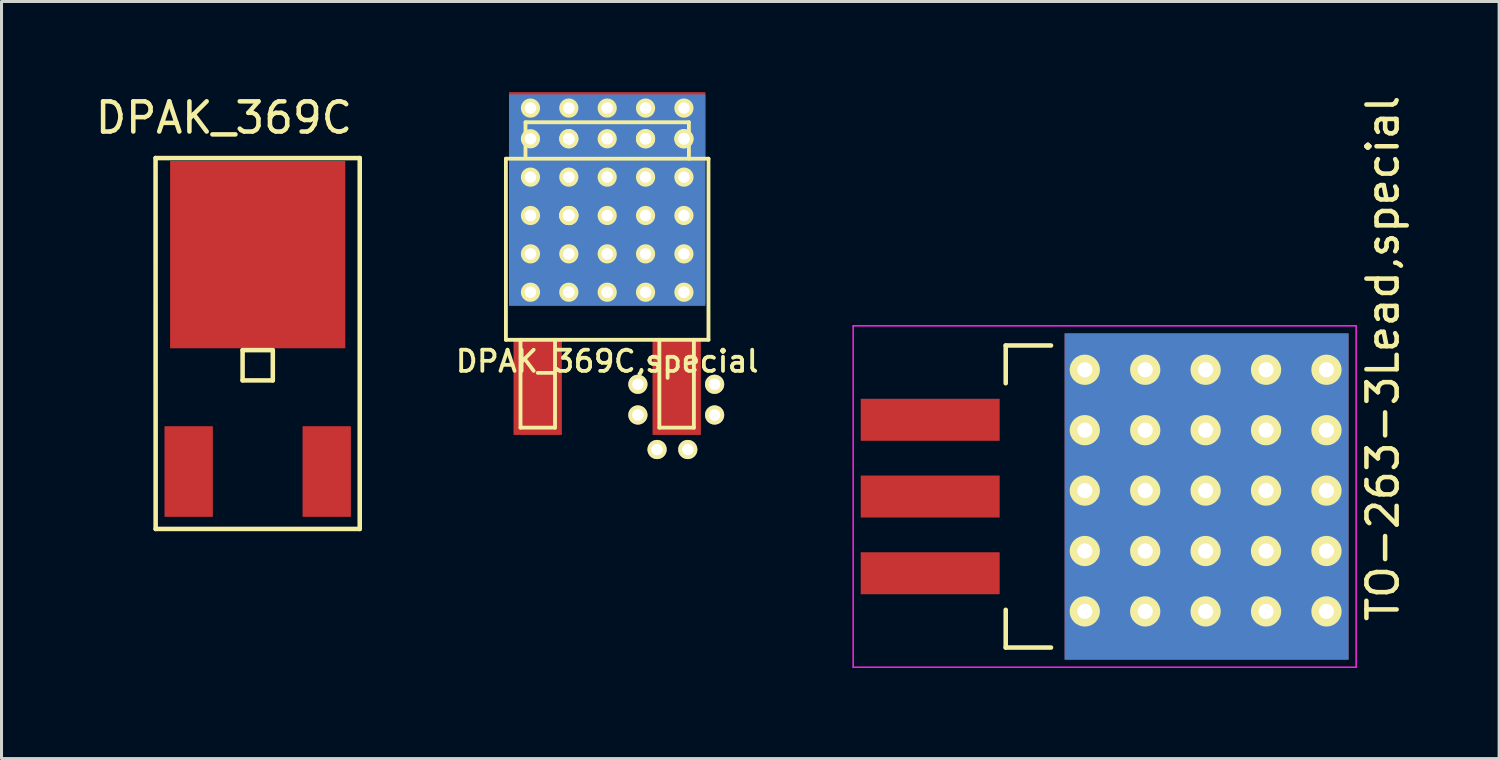
<source format=kicad_pcb>
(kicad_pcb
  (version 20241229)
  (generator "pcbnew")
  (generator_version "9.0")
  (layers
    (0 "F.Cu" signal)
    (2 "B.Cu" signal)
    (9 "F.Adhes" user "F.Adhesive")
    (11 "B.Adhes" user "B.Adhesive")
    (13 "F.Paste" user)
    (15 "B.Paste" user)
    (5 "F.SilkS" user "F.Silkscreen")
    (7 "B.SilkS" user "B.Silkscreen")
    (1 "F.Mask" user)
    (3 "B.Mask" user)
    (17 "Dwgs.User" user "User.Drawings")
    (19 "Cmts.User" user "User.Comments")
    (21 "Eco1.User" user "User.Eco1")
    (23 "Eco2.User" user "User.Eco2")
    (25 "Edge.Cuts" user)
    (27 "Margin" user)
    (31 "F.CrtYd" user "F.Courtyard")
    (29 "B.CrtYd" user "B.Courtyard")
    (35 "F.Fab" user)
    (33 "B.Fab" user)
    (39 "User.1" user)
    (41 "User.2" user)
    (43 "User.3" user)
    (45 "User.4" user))
  (footprint "DPAK_369C"
    (layer "F.Cu")
    (at 5.481 5.38)
    (property "Reference" "DPAK_369C" (at -1.118 -4.531 0) (layer "F.SilkS") (effects (font (size 1 1) (thickness 0.15))))
    (attr through_hole)
    (fp_line (start -3.381 -3.198) (end -3.378 9.081) (stroke (width 0.15) (type solid)) (layer "F.SilkS"))
    (fp_line (start -3.378 9.081) (end 3.378 9.081) (stroke (width 0.15) (type solid)) (layer "F.SilkS"))
    (fp_line (start -0.5 4.163) (end 0.5 4.163) (stroke (width 0.15) (type solid)) (layer "F.SilkS"))
    (fp_line (start -0.5 3.162) (end -0.5 4.162) (stroke (width 0.15) (type solid)) (layer "F.SilkS"))
    (fp_line (start 0.5 3.162) (end -0.5 3.162) (stroke (width 0.15) (type solid)) (layer "F.SilkS"))
    (fp_line (start 0.5 3.162) (end 0.5 4.162) (stroke (width 0.15) (type solid)) (layer "F.SilkS"))
    (fp_line (start 3.378 -3.198) (end -3.378 -3.198) (stroke (width 0.15) (type solid)) (layer "F.SilkS"))
    (fp_line (start 3.378 9.081) (end 3.378 -3.198) (stroke (width 0.15) (type solid)) (layer "F.SilkS"))
    (pad "1" smd rect (at -2.285 7.18) (size 1.6 3) (layers "F.Cu" "F.Mask" "F.Paste"))
    (pad "2" smd rect (at 0 0) (size 5.8 6.2) (layers "F.Cu" "F.Mask" "F.Paste"))
    (pad "3" smd rect (at 2.285 7.18) (size 1.6 3) (layers "F.Cu" "F.Mask" "F.Paste")))
  (footprint "DPAK_369C,special"
    (layer "F.Cu")
    (at 17.051 6.624)
    (property "Reference" "DPAK_369C,special" (at 0 2.286 0) (layer "F.SilkS") (effects (font (size 0.7 0.7) (thickness 0.125))))
    (attr smd)
    (fp_line (start -3.353 -4.42) (end -3.353 1.575) (stroke (width 0.127) (type solid)) (layer "F.SilkS"))
    (fp_line (start -2.87 1.575) (end -2.87 4.483) (stroke (width 0.127) (type solid)) (layer "F.SilkS"))
    (fp_line (start -2.87 4.483) (end -1.727 4.483) (stroke (width 0.127) (type solid)) (layer "F.SilkS"))
    (fp_line (start -2.705 -5.626) (end 2.705 -5.626) (stroke (width 0.127) (type solid)) (layer "F.SilkS"))
    (fp_line (start -2.705 -4.432) (end -2.705 -5.626) (stroke (width 0.127) (type solid)) (layer "F.SilkS"))
    (fp_line (start -1.727 4.483) (end -1.727 1.575) (stroke (width 0.127) (type solid)) (layer "F.SilkS"))
    (fp_line (start 1.727 1.575) (end 1.727 4.483) (stroke (width 0.127) (type solid)) (layer "F.SilkS"))
    (fp_line (start 1.727 4.483) (end 2.87 4.483) (stroke (width 0.127) (type solid)) (layer "F.SilkS"))
    (fp_line (start 2.705 -5.626) (end 2.705 -4.42) (stroke (width 0.127) (type solid)) (layer "F.SilkS"))
    (fp_line (start 2.87 4.483) (end 2.87 1.575) (stroke (width 0.127) (type solid)) (layer "F.SilkS"))
    (fp_line (start 3.353 -4.42) (end -3.353 -4.42) (stroke (width 0.127) (type solid)) (layer "F.SilkS"))
    (fp_line (start 3.353 1.575) (end -3.353 1.575) (stroke (width 0.127) (type solid)) (layer "F.SilkS"))
    (fp_line (start 3.353 1.575) (end 3.353 -4.42) (stroke (width 0.127) (type solid)) (layer "F.SilkS"))
    (pad "1" smd rect (at -2.301 3.124) (size 1.6 3.2) (layers "F.Cu" "F.Mask" "F.Paste"))
    (pad "2" thru_hole circle (at -2.54 -6.096) (size 0.635 0.635) (drill 0.381) (layers "*.Cu" "F.Mask" "F.SilkS"))
    (pad "2" thru_hole circle (at -2.54 -5.08) (size 0.635 0.635) (drill 0.381) (layers "*.Cu" "F.Mask" "F.SilkS"))
    (pad "2" thru_hole circle (at -2.54 -3.81) (size 0.635 0.635) (drill 0.381) (layers "*.Cu" "F.Mask" "F.SilkS"))
    (pad "2" thru_hole circle (at -2.54 -2.54) (size 0.635 0.635) (drill 0.381) (layers "*.Cu" "F.Mask" "F.SilkS"))
    (pad "2" thru_hole circle (at -2.54 -1.27) (size 0.635 0.635) (drill 0.381) (layers "*.Cu" "F.Mask" "F.SilkS"))
    (pad "2" thru_hole circle (at -2.54 0) (size 0.635 0.635) (drill 0.381) (layers "*.Cu" "F.Mask" "F.SilkS"))
    (pad "2" thru_hole circle (at -1.27 -6.096) (size 0.635 0.635) (drill 0.381) (layers "*.Cu" "F.Mask" "F.SilkS"))
    (pad "2" thru_hole circle (at -1.27 -5.08) (size 0.635 0.635) (drill 0.381) (layers "*.Cu" "F.Mask" "F.SilkS"))
    (pad "2" thru_hole circle (at -1.27 -5.08) (size 0.635 0.635) (drill 0.381) (layers "*.Cu" "F.Mask" "F.SilkS"))
    (pad "2" thru_hole circle (at -1.27 -3.81) (size 0.635 0.635) (drill 0.381) (layers "*.Cu" "F.Mask" "F.SilkS"))
    (pad "2" thru_hole circle (at -1.27 -2.54) (size 0.635 0.635) (drill 0.381) (layers "*.Cu" "F.Mask" "F.SilkS"))
    (pad "2" thru_hole circle (at -1.27 -2.54) (size 0.635 0.635) (drill 0.381) (layers "*.Cu" "F.Mask" "F.SilkS"))
    (pad "2" thru_hole circle (at -1.27 -2.54) (size 0.635 0.635) (drill 0.381) (layers "*.Cu" "F.Mask" "F.SilkS"))
    (pad "2" thru_hole circle (at -1.27 -1.27) (size 0.635 0.635) (drill 0.381) (layers "*.Cu" "F.Mask" "F.SilkS"))
    (pad "2" thru_hole circle (at -1.27 0) (size 0.635 0.635) (drill 0.381) (layers "*.Cu" "F.Mask" "F.SilkS"))
    (pad "2" thru_hole circle (at 0 -6.096) (size 0.635 0.635) (drill 0.381) (layers "*.Cu" "F.Mask" "F.SilkS"))
    (pad "2" thru_hole circle (at 0 -5.08) (size 0.635 0.635) (drill 0.381) (layers "*.Cu" "F.Mask" "F.SilkS"))
    (pad "2" thru_hole circle (at 0 -3.81) (size 0.635 0.635) (drill 0.381) (layers "*.Cu" "F.Mask" "F.SilkS"))
    (pad "2" smd rect (at 0 -3.124) (size 6.5 7) (layers "F.Cu" "F.Mask" "F.Paste"))
    (pad "2" smd rect (at 0 -3.048) (size 6.5 7) (layers "F.Mask" "B.Cu" "F.Paste"))
    (pad "2" thru_hole circle (at 0 -2.54) (size 0.635 0.635) (drill 0.381) (layers "*.Cu" "F.Mask" "F.SilkS"))
    (pad "2" thru_hole circle (at 0 -1.27) (size 0.635 0.635) (drill 0.381) (layers "*.Cu" "F.Mask" "F.SilkS"))
    (pad "2" thru_hole circle (at 0 0) (size 0.635 0.635) (drill 0.381) (layers "*.Cu" "F.Mask" "F.SilkS"))
    (pad "2" thru_hole circle (at 1.27 -6.096) (size 0.635 0.635) (drill 0.381) (layers "*.Cu" "F.Mask" "F.SilkS"))
    (pad "2" thru_hole circle (at 1.27 -5.08) (size 0.635 0.635) (drill 0.381) (layers "*.Cu" "F.Mask" "F.SilkS"))
    (pad "2" thru_hole circle (at 1.27 -5.08) (size 0.635 0.635) (drill 0.381) (layers "*.Cu" "F.Mask" "F.SilkS"))
    (pad "2" thru_hole circle (at 1.27 -3.81) (size 0.635 0.635) (drill 0.381) (layers "*.Cu" "F.Mask" "F.SilkS"))
    (pad "2" thru_hole circle (at 1.27 -2.54) (size 0.635 0.635) (drill 0.381) (layers "*.Cu" "F.Mask" "F.SilkS"))
    (pad "2" thru_hole circle (at 1.27 -1.27) (size 0.635 0.635) (drill 0.381) (layers "*.Cu" "F.Mask" "F.SilkS"))
    (pad "2" thru_hole circle (at 1.27 0) (size 0.635 0.635) (drill 0.381) (layers "*.Cu" "F.Mask" "F.SilkS"))
    (pad "2" thru_hole circle (at 2.54 -6.096) (size 0.635 0.635) (drill 0.381) (layers "*.Cu" "F.Mask" "F.SilkS"))
    (pad "2" thru_hole circle (at 2.54 -5.08) (size 0.635 0.635) (drill 0.381) (layers "*.Cu" "F.Mask" "F.SilkS"))
    (pad "2" thru_hole circle (at 2.54 -5.08) (size 0.635 0.635) (drill 0.381) (layers "*.Cu" "F.Mask" "F.SilkS"))
    (pad "2" thru_hole circle (at 2.54 -3.81) (size 0.635 0.635) (drill 0.381) (layers "*.Cu" "F.Mask" "F.SilkS"))
    (pad "2" thru_hole circle (at 2.54 -2.54) (size 0.635 0.635) (drill 0.381) (layers "*.Cu" "F.Mask" "F.SilkS"))
    (pad "2" thru_hole circle (at 2.54 -1.27) (size 0.635 0.635) (drill 0.381) (layers "*.Cu" "F.Mask" "F.SilkS"))
    (pad "2" thru_hole circle (at 2.54 0) (size 0.635 0.635) (drill 0.381) (layers "*.Cu" "F.Mask" "F.SilkS"))
    (pad "3" thru_hole circle (at 1.016 3.048) (size 0.635 0.635) (drill 0.381) (layers "*.Cu" "F.Mask" "F.SilkS"))
    (pad "3" thru_hole circle (at 1.016 4.064) (size 0.635 0.635) (drill 0.381) (layers "*.Cu" "F.Mask" "F.SilkS"))
    (pad "3" thru_hole circle (at 1.651 5.207 90) (size 0.635 0.635) (drill 0.381) (layers "*.Cu" "F.Mask" "F.SilkS"))
    (pad "3" smd rect (at 2.301 3.124) (size 1.6 3.2) (layers "F.Cu" "F.Mask" "F.Paste"))
    (pad "3" thru_hole circle (at 2.667 5.207 90) (size 0.635 0.635) (drill 0.381) (layers "*.Cu" "F.Mask" "F.SilkS"))
    (pad "3" thru_hole circle (at 3.556 3.048) (size 0.635 0.635) (drill 0.381) (layers "*.Cu" "F.Mask" "F.SilkS"))
    (pad "3" thru_hole circle (at 3.556 4.064) (size 0.635 0.635) (drill 0.381) (layers "*.Cu" "F.Mask" "F.SilkS")))
  (footprint "TO-263-3Lead,special"
    (layer "F.Cu")
    (at 27.744 13.387)
    (property "Reference" "TO-263-3Lead,special" (at 14.986 -4.572 90) (layer "F.SilkS") (effects (font (size 1 1) (thickness 0.15))))
    (attr smd)
    (fp_line (start 2.5 -5) (end 2.5 -3.75) (stroke (width 0.15) (type solid)) (layer "F.SilkS"))
    (fp_line (start 2.5 -5) (end 4 -5) (stroke (width 0.15) (type solid)) (layer "F.SilkS"))
    (fp_line (start 2.5 5) (end 2.5 3.75) (stroke (width 0.15) (type solid)) (layer "F.SilkS"))
    (fp_line (start 2.5 5) (end 4 5) (stroke (width 0.15) (type solid)) (layer "F.SilkS"))
    (fp_line (start -2.55 -5.65) (end -2.55 5.65) (stroke (width 0.05) (type solid)) (layer "F.CrtYd"))
    (fp_line (start 14.1 -5.65) (end -2.55 -5.65) (stroke (width 0.05) (type solid)) (layer "F.CrtYd"))
    (fp_line (start 14.1 -5.65) (end 14.1 5.65) (stroke (width 0.05) (type solid)) (layer "F.CrtYd"))
    (fp_line (start 14.1 5.65) (end -2.55 5.65) (stroke (width 0.05) (type solid)) (layer "F.CrtYd"))
    (pad "1" smd rect (at 0 -2.54) (size 4.6 1.39) (layers "F.Cu" "F.Mask" "F.Paste"))
    (pad "2" smd rect (at 0 0) (size 4.6 1.39) (layers "F.Cu" "F.Mask" "F.Paste"))
    (pad "2" thru_hole circle (at 5.118 -4.196) (size 1 1) (drill 0.5) (layers "*.Cu" "*.Mask" "F.SilkS"))
    (pad "2" thru_hole circle (at 5.118 -2.196) (size 1 1) (drill 0.5) (layers "*.Cu" "*.Mask" "F.SilkS"))
    (pad "2" thru_hole circle (at 5.118 -0.196) (size 1 1) (drill 0.5) (layers "*.Cu" "*.Mask" "F.SilkS"))
    (pad "2" thru_hole circle (at 5.118 1.804) (size 1 1) (drill 0.5) (layers "*.Cu" "*.Mask" "F.SilkS"))
    (pad "2" thru_hole circle (at 5.118 3.804) (size 1 1) (drill 0.5) (layers "*.Cu" "*.Mask" "F.SilkS"))
    (pad "2" thru_hole circle (at 7.118 -4.196) (size 1 1) (drill 0.5) (layers "*.Cu" "*.Mask" "F.SilkS"))
    (pad "2" thru_hole circle (at 7.118 -2.196) (size 1 1) (drill 0.5) (layers "*.Cu" "*.Mask" "F.SilkS"))
    (pad "2" thru_hole circle (at 7.118 -0.196) (size 1 1) (drill 0.5) (layers "*.Cu" "*.Mask" "F.SilkS"))
    (pad "2" thru_hole circle (at 7.118 1.804) (size 1 1) (drill 0.5) (layers "*.Cu" "*.Mask" "F.SilkS"))
    (pad "2" thru_hole circle (at 7.118 3.804) (size 1 1) (drill 0.5) (layers "*.Cu" "*.Mask" "F.SilkS"))
    (pad "2" thru_hole circle (at 9.118 -4.196) (size 1 1) (drill 0.5) (layers "*.Cu" "*.Mask" "F.SilkS"))
    (pad "2" thru_hole circle (at 9.118 -2.196) (size 1 1) (drill 0.5) (layers "*.Cu" "*.Mask" "F.SilkS"))
    (pad "2" thru_hole circle (at 9.118 -0.196) (size 1 1) (drill 0.5) (layers "*.Cu" "*.Mask" "F.SilkS"))
    (pad "2" thru_hole circle (at 9.118 1.804) (size 1 1) (drill 0.5) (layers "*.Cu" "*.Mask" "F.SilkS"))
    (pad "2" thru_hole circle (at 9.118 3.804) (size 1 1) (drill 0.5) (layers "*.Cu" "*.Mask" "F.SilkS"))
    (pad "2" smd rect (at 9.15 0) (size 9.4 10.8) (layers "*.Cu" "F.Mask" "F.Paste"))
    (pad "2" thru_hole circle (at 11.118 -4.196) (size 1 1) (drill 0.5) (layers "*.Cu" "*.Mask" "F.SilkS"))
    (pad "2" thru_hole circle (at 11.118 -2.196) (size 1 1) (drill 0.5) (layers "*.Cu" "*.Mask" "F.SilkS"))
    (pad "2" thru_hole circle (at 11.118 -0.196) (size 1 1) (drill 0.5) (layers "*.Cu" "*.Mask" "F.SilkS"))
    (pad "2" thru_hole circle (at 11.118 1.804) (size 1 1) (drill 0.5) (layers "*.Cu" "*.Mask" "F.SilkS"))
    (pad "2" thru_hole circle (at 11.118 3.804) (size 1 1) (drill 0.5) (layers "*.Cu" "*.Mask" "F.SilkS"))
    (pad "2" thru_hole circle (at 13.118 -4.196) (size 1 1) (drill 0.5) (layers "*.Cu" "*.Mask" "F.SilkS"))
    (pad "2" thru_hole circle (at 13.118 -2.196) (size 1 1) (drill 0.5) (layers "*.Cu" "*.Mask" "F.SilkS"))
    (pad "2" thru_hole circle (at 13.118 -0.196) (size 1 1) (drill 0.5) (layers "*.Cu" "*.Mask" "F.SilkS"))
    (pad "2" thru_hole circle (at 13.118 1.804) (size 1 1) (drill 0.5) (layers "*.Cu" "*.Mask" "F.SilkS"))
    (pad "2" thru_hole circle (at 13.118 3.804) (size 1 1) (drill 0.5) (layers "*.Cu" "*.Mask" "F.SilkS"))
    (pad "3" smd rect (at 0 2.54) (size 4.6 1.39) (layers "F.Cu" "F.Mask" "F.Paste")))
  (gr_rect
    (start -3 -3)
    (end 46.578 22.062)
    (stroke (width 0.1) (type default))
    (fill no)
    (layer "Edge.Cuts")))
</source>
